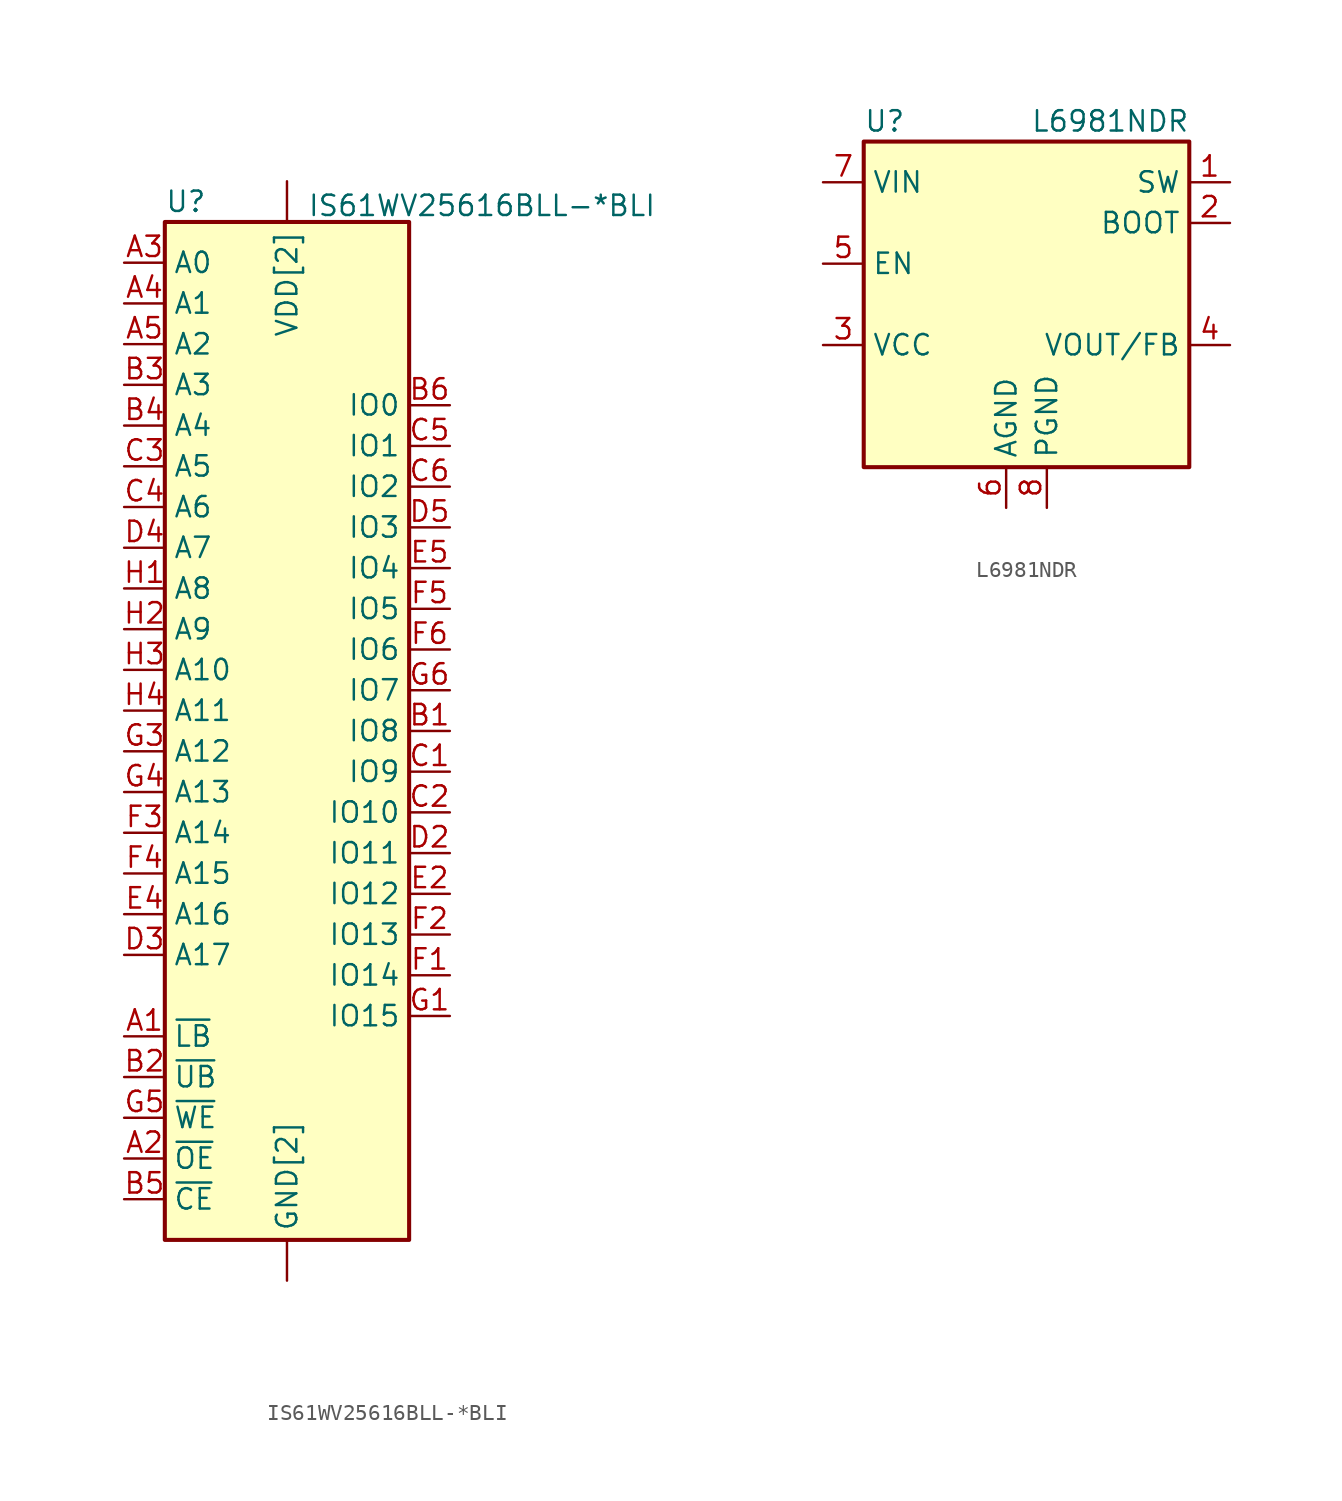
<source format=kicad_sym>
(kicad_symbol_lib
  (version 20231120)
  (generator "kicad_symbol_editor")
  (generator_version "8.0")
  (symbol "IS61WV25616BLL-*BLI"
    (property "Reference" "U"
      (at -7.62 31.75 0)
      (effects (font (size 1.27 1.27)) (justify left)))
    (property "Value" "IS61WV25616BLL-*BLI"
      (at 1.27 31.496 0)
      (effects (font (size 1.27 1.27)) (justify left)))
    (symbol "IS61WV25616BLL-*BLI_0_1"
      (rectangle (start -7.62 30.48) (end 7.62 -33.02) (stroke (width 0.254) (type default)) (fill (type background))))
    (symbol "IS61WV25616BLL-*BLI_1_0"
      (pin power_in line (at 0 -35.56 90) (length 2.54) (name "GND[2]" (effects (font (size 1.27 1.27)))) (number "" (effects (font (size 1.27 1.27)))))
      (pin power_in non_logic (at 2.54 -35.56 90) (length 2.54) hide (name "NC[5]" (effects (font (size 1.27 1.27)))) (number "" (effects (font (size 1.27 1.27)))))
      (pin power_in line (at 0 33.02 270) (length 2.54) (name "VDD[2]" (effects (font (size 1.27 1.27)))) (number "" (effects (font (size 1.27 1.27)))))
      (pin power_in line (at -10.16 -20.32 0) (length 2.54) (name "~{LB}" (effects (font (size 1.27 1.27)))) (number "A1" (effects (font (size 1.27 1.27)))))
      (pin power_in line (at -10.16 -27.94 0) (length 2.54) (name "~{OE}" (effects (font (size 1.27 1.27)))) (number "A2" (effects (font (size 1.27 1.27)))))
      (pin power_in line (at -10.16 27.94 0) (length 2.54) (name "A0" (effects (font (size 1.27 1.27)))) (number "A3" (effects (font (size 1.27 1.27)))))
      (pin power_in line (at -10.16 25.4 0) (length 2.54) (name "A1" (effects (font (size 1.27 1.27)))) (number "A4" (effects (font (size 1.27 1.27)))))
      (pin power_in line (at -10.16 22.86 0) (length 2.54) (name "A2" (effects (font (size 1.27 1.27)))) (number "A5" (effects (font (size 1.27 1.27)))))
      (pin power_in line (at 2.54 -35.56 90) (length 2.54) hide (name "NC" (effects (font (size 1.27 1.27)))) (number "A6" (effects (font (size 1.27 1.27)))))
      (pin power_in line (at 10.16 -1.27 180) (length 2.54) (name "IO8" (effects (font (size 1.27 1.27)))) (number "B1" (effects (font (size 1.27 1.27)))))
      (pin power_in line (at -10.16 -22.86 0) (length 2.54) (name "~{UB}" (effects (font (size 1.27 1.27)))) (number "B2" (effects (font (size 1.27 1.27)))))
      (pin power_in line (at -10.16 20.32 0) (length 2.54) (name "A3" (effects (font (size 1.27 1.27)))) (number "B3" (effects (font (size 1.27 1.27)))))
      (pin power_in line (at -10.16 17.78 0) (length 2.54) (name "A4" (effects (font (size 1.27 1.27)))) (number "B4" (effects (font (size 1.27 1.27)))))
      (pin power_in line (at -10.16 -30.48 0) (length 2.54) (name "~{CE}" (effects (font (size 1.27 1.27)))) (number "B5" (effects (font (size 1.27 1.27)))))
      (pin power_in line (at 10.16 19.05 180) (length 2.54) (name "IO0" (effects (font (size 1.27 1.27)))) (number "B6" (effects (font (size 1.27 1.27)))))
      (pin power_in line (at 10.16 -3.81 180) (length 2.54) (name "IO9" (effects (font (size 1.27 1.27)))) (number "C1" (effects (font (size 1.27 1.27)))))
      (pin power_in line (at 10.16 -6.35 180) (length 2.54) (name "IO10" (effects (font (size 1.27 1.27)))) (number "C2" (effects (font (size 1.27 1.27)))))
      (pin power_in line (at -10.16 15.24 0) (length 2.54) (name "A5" (effects (font (size 1.27 1.27)))) (number "C3" (effects (font (size 1.27 1.27)))))
      (pin power_in line (at -10.16 12.7 0) (length 2.54) (name "A6" (effects (font (size 1.27 1.27)))) (number "C4" (effects (font (size 1.27 1.27)))))
      (pin power_in line (at 10.16 16.51 180) (length 2.54) (name "IO1" (effects (font (size 1.27 1.27)))) (number "C5" (effects (font (size 1.27 1.27)))))
      (pin power_in line (at 10.16 13.97 180) (length 2.54) (name "IO2" (effects (font (size 1.27 1.27)))) (number "C6" (effects (font (size 1.27 1.27)))))
      (pin power_in line (at 0 -35.56 90) (length 2.54) hide (name "GND" (effects (font (size 1.27 1.27)))) (number "D1" (effects (font (size 1.27 1.27)))))
      (pin power_in line (at 10.16 -8.89 180) (length 2.54) (name "IO11" (effects (font (size 1.27 1.27)))) (number "D2" (effects (font (size 1.27 1.27)))))
      (pin power_in line (at -10.16 -15.24 0) (length 2.54) (name "A17" (effects (font (size 1.27 1.27)))) (number "D3" (effects (font (size 1.27 1.27)))))
      (pin power_in line (at -10.16 10.16 0) (length 2.54) (name "A7" (effects (font (size 1.27 1.27)))) (number "D4" (effects (font (size 1.27 1.27)))))
      (pin power_in line (at 10.16 11.43 180) (length 2.54) (name "IO3" (effects (font (size 1.27 1.27)))) (number "D5" (effects (font (size 1.27 1.27)))))
      (pin power_in line (at 0 33.02 270) (length 2.54) hide (name "VDD" (effects (font (size 1.27 1.27)))) (number "D6" (effects (font (size 1.27 1.27)))))
      (pin power_in line (at 0 33.02 270) (length 2.54) hide (name "VDD" (effects (font (size 1.27 1.27)))) (number "E1" (effects (font (size 1.27 1.27)))))
      (pin power_in line (at 10.16 -11.43 180) (length 2.54) (name "IO12" (effects (font (size 1.27 1.27)))) (number "E2" (effects (font (size 1.27 1.27)))))
      (pin power_in line (at 2.54 -35.56 90) (length 2.54) hide (name "NC" (effects (font (size 1.27 1.27)))) (number "E3" (effects (font (size 1.27 1.27)))))
      (pin power_in line (at -10.16 -12.7 0) (length 2.54) (name "A16" (effects (font (size 1.27 1.27)))) (number "E4" (effects (font (size 1.27 1.27)))))
      (pin power_in line (at 10.16 8.89 180) (length 2.54) (name "IO4" (effects (font (size 1.27 1.27)))) (number "E5" (effects (font (size 1.27 1.27)))))
      (pin power_in line (at 0 -35.56 90) (length 2.54) hide (name "GND" (effects (font (size 1.27 1.27)))) (number "E6" (effects (font (size 1.27 1.27)))))
      (pin power_in line (at 10.16 -16.51 180) (length 2.54) (name "IO14" (effects (font (size 1.27 1.27)))) (number "F1" (effects (font (size 1.27 1.27)))))
      (pin power_in line (at 10.16 -13.97 180) (length 2.54) (name "IO13" (effects (font (size 1.27 1.27)))) (number "F2" (effects (font (size 1.27 1.27)))))
      (pin power_in line (at -10.16 -7.62 0) (length 2.54) (name "A14" (effects (font (size 1.27 1.27)))) (number "F3" (effects (font (size 1.27 1.27)))))
      (pin power_in line (at -10.16 -10.16 0) (length 2.54) (name "A15" (effects (font (size 1.27 1.27)))) (number "F4" (effects (font (size 1.27 1.27)))))
      (pin power_in line (at 10.16 6.35 180) (length 2.54) (name "IO5" (effects (font (size 1.27 1.27)))) (number "F5" (effects (font (size 1.27 1.27)))))
      (pin power_in line (at 10.16 3.81 180) (length 2.54) (name "IO6" (effects (font (size 1.27 1.27)))) (number "F6" (effects (font (size 1.27 1.27)))))
      (pin power_in line (at 10.16 -19.05 180) (length 2.54) (name "IO15" (effects (font (size 1.27 1.27)))) (number "G1" (effects (font (size 1.27 1.27)))))
      (pin power_in line (at 2.54 -35.56 90) (length 2.54) hide (name "NC" (effects (font (size 1.27 1.27)))) (number "G2" (effects (font (size 1.27 1.27)))))
      (pin power_in line (at -10.16 -2.54 0) (length 2.54) (name "A12" (effects (font (size 1.27 1.27)))) (number "G3" (effects (font (size 1.27 1.27)))))
      (pin power_in line (at -10.16 -5.08 0) (length 2.54) (name "A13" (effects (font (size 1.27 1.27)))) (number "G4" (effects (font (size 1.27 1.27)))))
      (pin power_in line (at -10.16 -25.4 0) (length 2.54) (name "~{WE}" (effects (font (size 1.27 1.27)))) (number "G5" (effects (font (size 1.27 1.27)))))
      (pin power_in line (at 10.16 1.27 180) (length 2.54) (name "IO7" (effects (font (size 1.27 1.27)))) (number "G6" (effects (font (size 1.27 1.27)))))
      (pin power_in line (at -10.16 7.62 0) (length 2.54) (name "A8" (effects (font (size 1.27 1.27)))) (number "H1" (effects (font (size 1.27 1.27)))))
      (pin power_in line (at 2.54 -35.56 90) (length 2.54) hide (name "NC" (effects (font (size 1.27 1.27)))) (number "H1" (effects (font (size 1.27 1.27)))))
      (pin power_in line (at -10.16 5.08 0) (length 2.54) (name "A9" (effects (font (size 1.27 1.27)))) (number "H2" (effects (font (size 1.27 1.27)))))
      (pin power_in line (at -10.16 2.54 0) (length 2.54) (name "A10" (effects (font (size 1.27 1.27)))) (number "H3" (effects (font (size 1.27 1.27)))))
      (pin power_in line (at -10.16 0 0) (length 2.54) (name "A11" (effects (font (size 1.27 1.27)))) (number "H4" (effects (font (size 1.27 1.27)))))
      (pin power_in line (at 2.54 -35.56 90) (length 2.54) hide (name "NC" (effects (font (size 1.27 1.27)))) (number "H6" (effects (font (size 1.27 1.27)))))))
  (symbol "L6981NDR"
    (property "Reference" "U"
      (at -10.16 8.89 0)
      (effects (font (size 1.27 1.27)) (justify left)))
    (property "Value" "L6981NDR"
      (at 0.254 8.89 0)
      (effects (font (size 1.27 1.27)) (justify left)))
    (symbol "L6981NDR_0_1"
      (rectangle (start -10.16 7.62) (end 10.16 -12.7) (stroke (width 0.254) (type default)) (fill (type background))))
    (symbol "L6981NDR_1_1"
      (pin output line (at 12.7 5.08 180) (length 2.54) (name "SW" (effects (font (size 1.27 1.27)))) (number "1" (effects (font (size 1.27 1.27)))))
      (pin output line (at 12.7 2.54 180) (length 2.54) (name "BOOT" (effects (font (size 1.27 1.27)))) (number "2" (effects (font (size 1.27 1.27)))))
      (pin input line (at -12.7 -5.08 0) (length 2.54) (name "VCC" (effects (font (size 1.27 1.27)))) (number "3" (effects (font (size 1.27 1.27)))))
      (pin input line (at 12.7 -5.08 180) (length 2.54) (name "VOUT/FB" (effects (font (size 1.27 1.27)))) (number "4" (effects (font (size 1.27 1.27)))))
      (pin input line (at -12.7 0 0) (length 2.54) (name "EN" (effects (font (size 1.27 1.27)))) (number "5" (effects (font (size 1.27 1.27)))))
      (pin power_in line (at -1.27 -15.24 90) (length 2.54) (name "AGND" (effects (font (size 1.27 1.27)))) (number "6" (effects (font (size 1.27 1.27)))))
      (pin input line (at -12.7 5.08 0) (length 2.54) (name "VIN" (effects (font (size 1.27 1.27)))) (number "7" (effects (font (size 1.27 1.27)))))
      (pin power_in line (at 1.27 -15.24 90) (length 2.54) (name "PGND" (effects (font (size 1.27 1.27)))) (number "8" (effects (font (size 1.27 1.27))))))))
</source>
